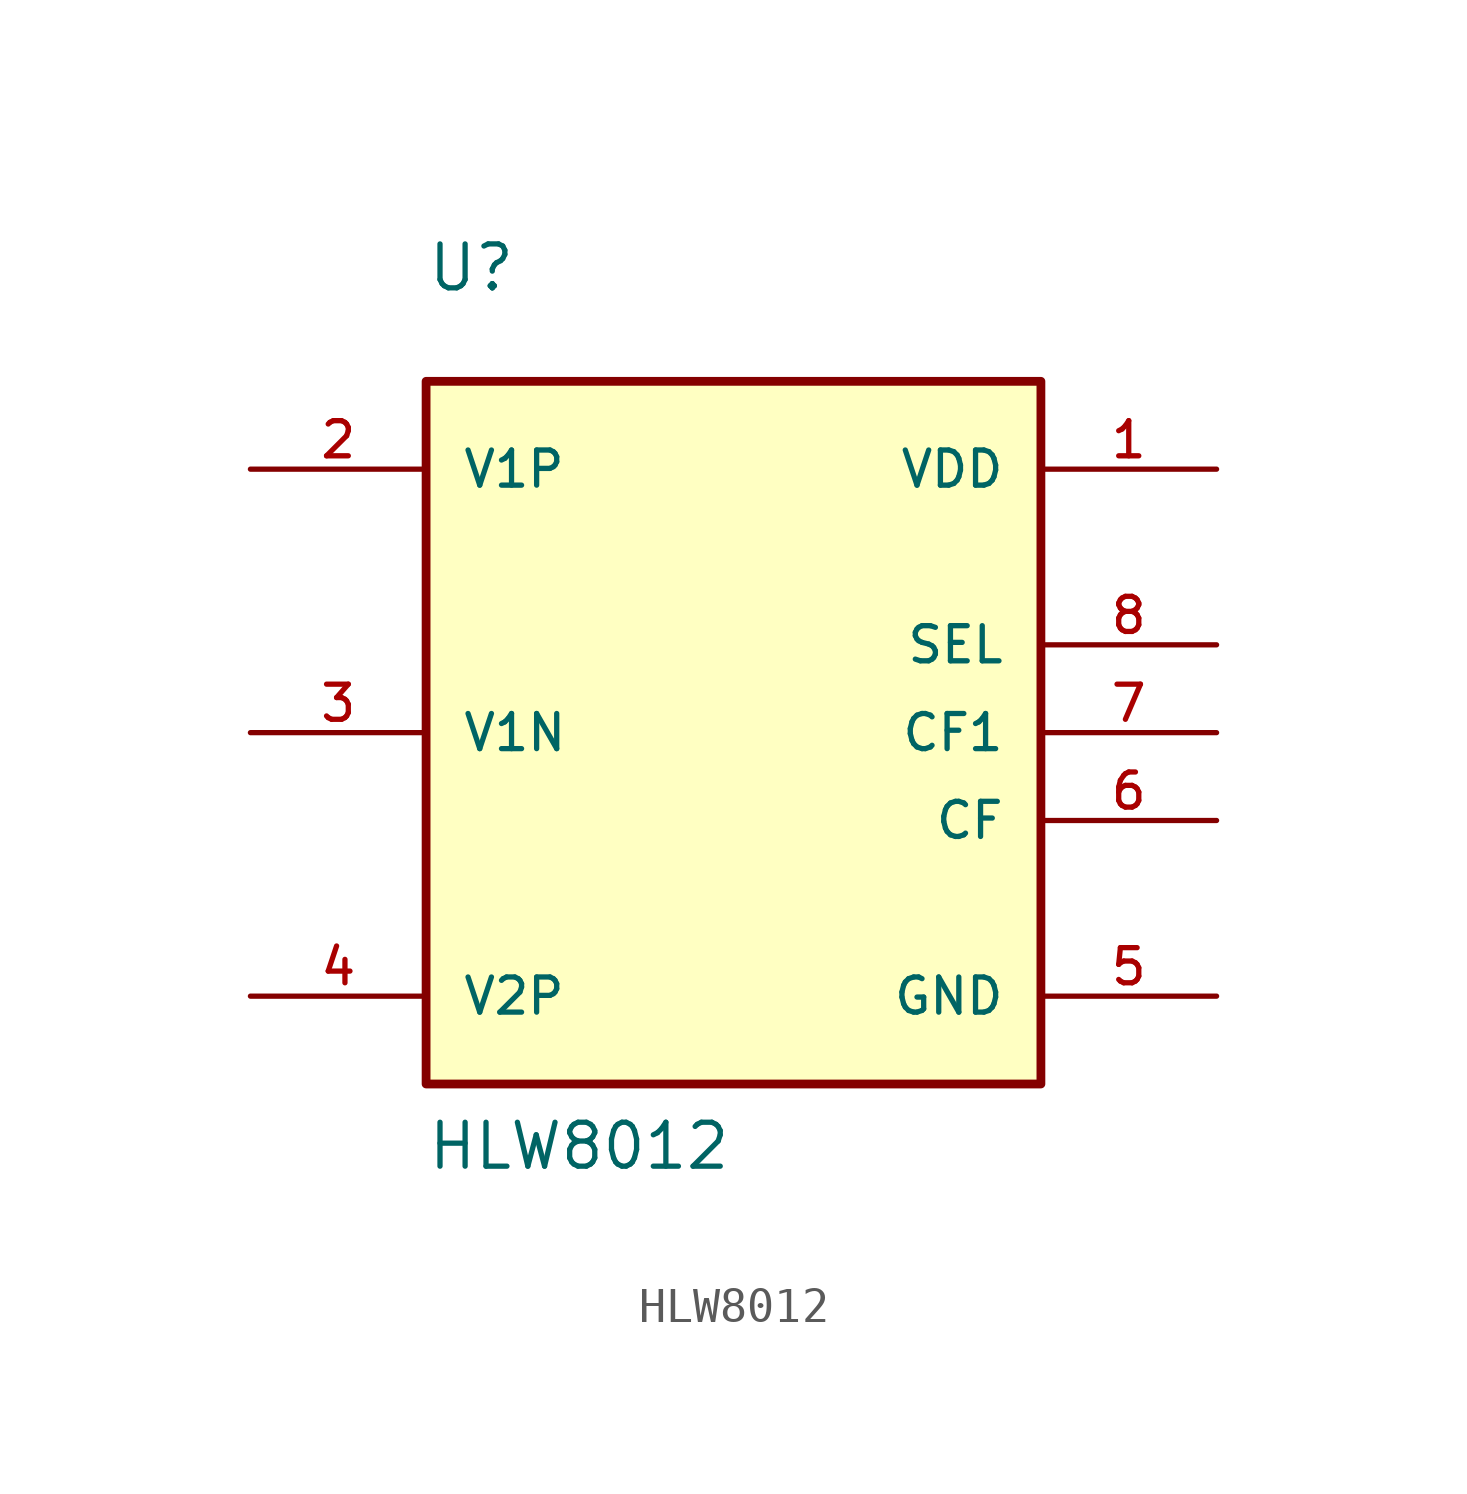
<source format=kicad_sym>
(kicad_symbol_lib
  (version 20211014)
  (generator kicad_symbol_editor)
  (symbol "HLW8012"
    (pin_names
      (offset 1.016))
    (property "Reference" "U"
      (at -7.62 12.7 0)
      (effects (font (size 1.27 1.27)) (justify bottom left)))
    (property "Value" "HLW8012"
      (at -7.62 -12.7 0)
      (effects (font (size 1.27 1.27)) (justify bottom left)))
    (symbol "HLW8012_0_0"
      (rectangle (start -7.62 -10.16) (end 10.16 10.16) (stroke (width 0.254)) (fill (type background)))
      (pin bidirectional line (at -12.7 7.62 0) (length 5.08) (name "V1P" (effects (font (size 1.016 1.016)))) (number "2" (effects (font (size 1.016 1.016)))))
      (pin bidirectional line (at -12.7 0.0 0) (length 5.08) (name "V1N" (effects (font (size 1.016 1.016)))) (number "3" (effects (font (size 1.016 1.016)))))
      (pin bidirectional line (at -12.7 -7.62 0) (length 5.08) (name "V2P" (effects (font (size 1.016 1.016)))) (number "4" (effects (font (size 1.016 1.016)))))
      (pin bidirectional line (at 15.24 7.62 180.0) (length 5.08) (name "VDD" (effects (font (size 1.016 1.016)))) (number "1" (effects (font (size 1.016 1.016)))))
      (pin bidirectional line (at 15.24 2.54 180.0) (length 5.08) (name "SEL" (effects (font (size 1.016 1.016)))) (number "8" (effects (font (size 1.016 1.016)))))
      (pin bidirectional line (at 15.24 0.0 180.0) (length 5.08) (name "CF1" (effects (font (size 1.016 1.016)))) (number "7" (effects (font (size 1.016 1.016)))))
      (pin bidirectional line (at 15.24 -2.54 180.0) (length 5.08) (name "CF" (effects (font (size 1.016 1.016)))) (number "6" (effects (font (size 1.016 1.016)))))
      (pin bidirectional line (at 15.24 -7.62 180.0) (length 5.08) (name "GND" (effects (font (size 1.016 1.016)))) (number "5" (effects (font (size 1.016 1.016))))))))
</source>
